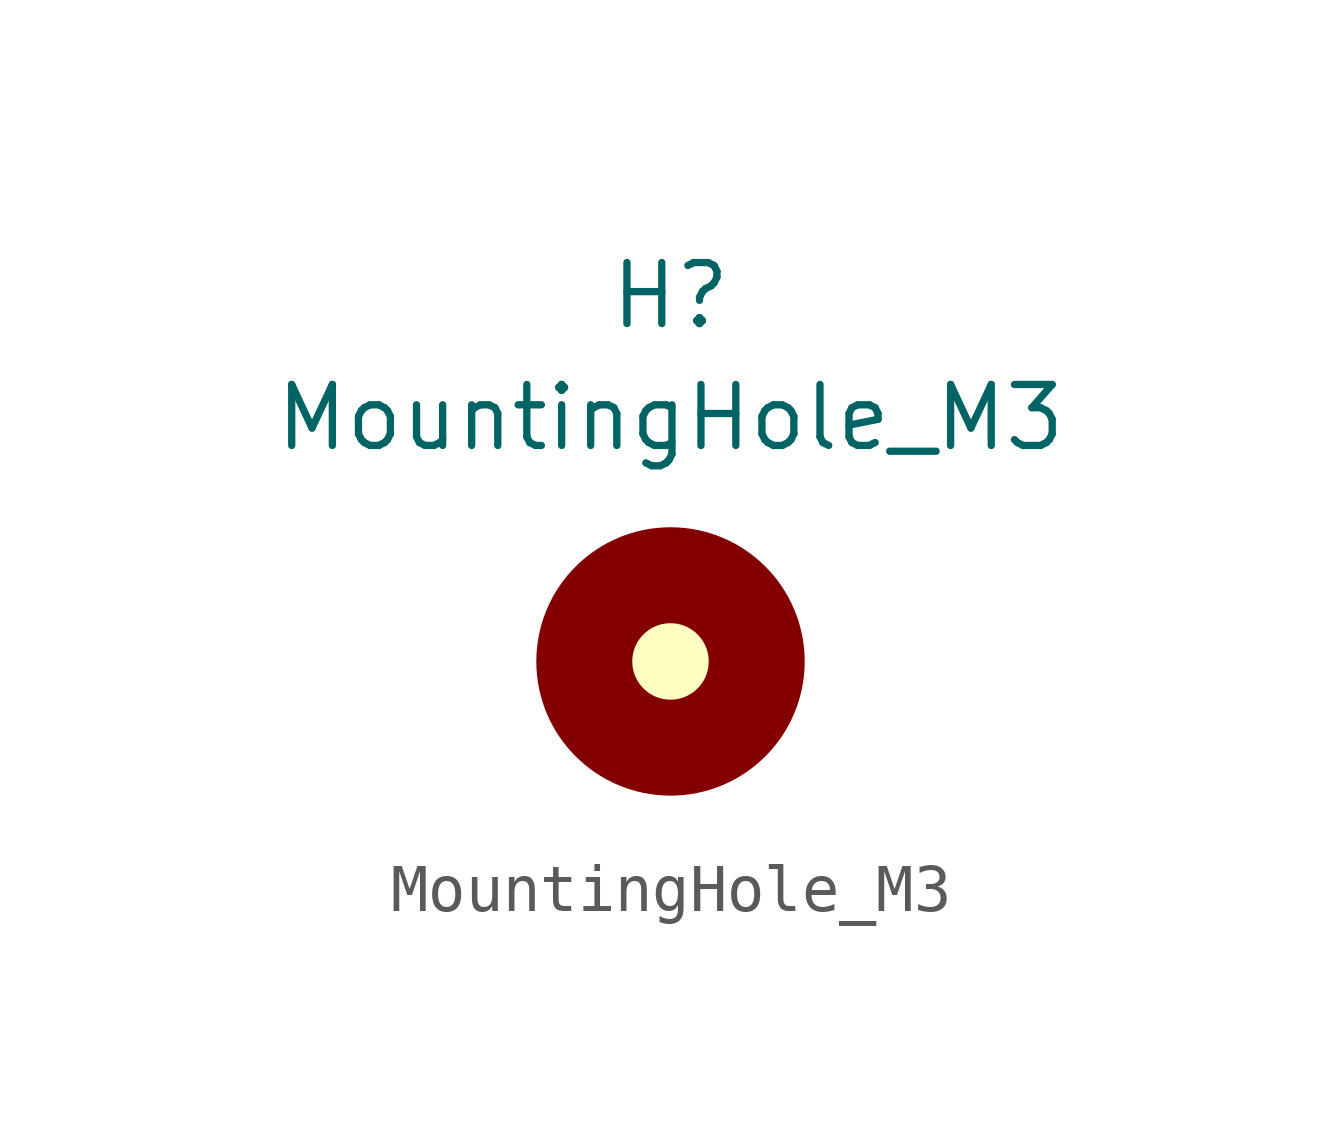
<source format=kicad_sym>
(kicad_symbol_lib
  (version 20220914)
  (generator kicad_symbol_editor)
  (symbol "MountingHole_M3"
    (property "Reference" "H"
      (at 0 7.62 0)
      (effects (font (size 1.27 1.27))))
    (property "Value" "MountingHole_M3"
      (at 0 5.08 0)
      (effects (font (size 1.27 1.27))))
    (symbol "MountingHole_M3_0_1"
      (circle (center 0 0) (radius 1.27) (stroke (width 0) (type default)) (fill (type background)))
      (circle (center 0 0) (radius 1.796) (stroke (width 2) (type default)) (fill (type none))))))
</source>
